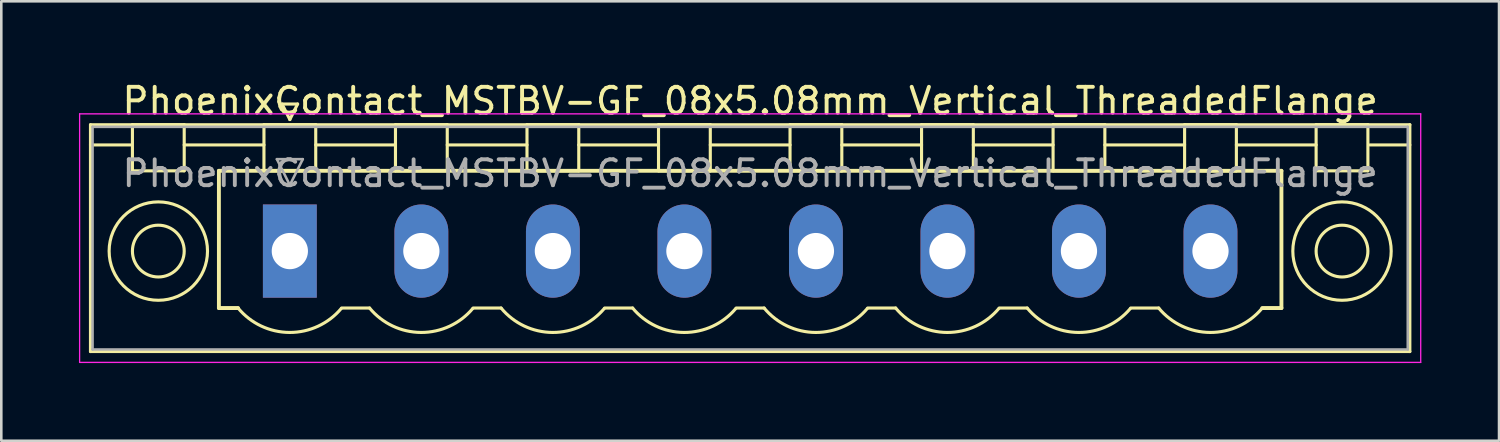
<source format=kicad_pcb>
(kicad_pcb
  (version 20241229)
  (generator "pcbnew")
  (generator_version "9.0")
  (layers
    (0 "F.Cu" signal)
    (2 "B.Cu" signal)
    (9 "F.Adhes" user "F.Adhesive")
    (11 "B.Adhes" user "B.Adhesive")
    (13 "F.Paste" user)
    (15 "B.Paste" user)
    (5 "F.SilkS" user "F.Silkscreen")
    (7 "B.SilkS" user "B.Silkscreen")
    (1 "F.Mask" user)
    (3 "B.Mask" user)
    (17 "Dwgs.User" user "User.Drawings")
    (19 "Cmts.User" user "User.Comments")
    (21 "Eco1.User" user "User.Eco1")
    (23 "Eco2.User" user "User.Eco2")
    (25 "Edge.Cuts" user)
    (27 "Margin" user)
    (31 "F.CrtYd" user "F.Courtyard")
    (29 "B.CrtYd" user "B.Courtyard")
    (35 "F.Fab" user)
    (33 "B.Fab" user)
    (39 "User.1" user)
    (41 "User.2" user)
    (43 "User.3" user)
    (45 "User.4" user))
  (footprint "PhoenixContact_MSTBV-GF_08x5.08mm_Vertical_ThreadedFlange"
    (layer "F.Cu")
    (at 8.145 6.648)
    (property "Reference" "PhoenixContact_MSTBV-GF_08x5.08mm_Vertical_ThreadedFlange" (at 17.78 -5.8 0) (layer "F.SilkS") (effects (font (size 1 1) (thickness 0.15))))
    (attr through_hole)
    (fp_line (start -7.7 -4.88) (end -7.7 3.88) (stroke (width 0.12) (type solid)) (layer "F.SilkS"))
    (fp_line (start -7.7 -4.1) (end -6.16 -4.1) (stroke (width 0.12) (type solid)) (layer "F.SilkS"))
    (fp_line (start -7.7 3.88) (end 43.26 3.88) (stroke (width 0.12) (type solid)) (layer "F.SilkS"))
    (fp_line (start -6.08 -4.88) (end -4.08 -4.88) (stroke (width 0.12) (type solid)) (layer "F.SilkS"))
    (fp_line (start -6.08 -3.1) (end -6.08 -4.88) (stroke (width 0.12) (type solid)) (layer "F.SilkS"))
    (fp_line (start -4.08 -4.88) (end -4.08 -3.1) (stroke (width 0.12) (type solid)) (layer "F.SilkS"))
    (fp_line (start -4.08 -4.1) (end -1 -4.1) (stroke (width 0.12) (type solid)) (layer "F.SilkS"))
    (fp_line (start -4.08 -3.1) (end -6.08 -3.1) (stroke (width 0.12) (type solid)) (layer "F.SilkS"))
    (fp_line (start -2.74 -3.1) (end 38.3 -3.1) (stroke (width 0.15) (type solid)) (layer "F.SilkS"))
    (fp_line (start -2.74 2.2) (end -2.74 -3.1) (stroke (width 0.15) (type solid)) (layer "F.SilkS"))
    (fp_line (start -2 2.2) (end -2.74 2.2) (stroke (width 0.15) (type solid)) (layer "F.SilkS"))
    (fp_line (start -1 -4.88) (end 1 -4.88) (stroke (width 0.12) (type solid)) (layer "F.SilkS"))
    (fp_line (start -1 -3.1) (end -1 -4.88) (stroke (width 0.12) (type solid)) (layer "F.SilkS"))
    (fp_line (start -0.3 -5.68) (end 0.3 -5.68) (stroke (width 0.12) (type solid)) (layer "F.SilkS"))
    (fp_line (start 0 -5.08) (end -0.3 -5.68) (stroke (width 0.12) (type solid)) (layer "F.SilkS"))
    (fp_line (start 0.3 -5.68) (end 0 -5.08) (stroke (width 0.12) (type solid)) (layer "F.SilkS"))
    (fp_line (start 1 -4.88) (end 1 -3.1) (stroke (width 0.12) (type solid)) (layer "F.SilkS"))
    (fp_line (start 1 -4.1) (end 4.08 -4.1) (stroke (width 0.12) (type solid)) (layer "F.SilkS"))
    (fp_line (start 1 -3.1) (end -1 -3.1) (stroke (width 0.12) (type solid)) (layer "F.SilkS"))
    (fp_line (start 2 2.2) (end 3.08 2.2) (stroke (width 0.12) (type solid)) (layer "F.SilkS"))
    (fp_line (start 4.08 -4.88) (end 6.08 -4.88) (stroke (width 0.12) (type solid)) (layer "F.SilkS"))
    (fp_line (start 4.08 -3.1) (end 4.08 -4.88) (stroke (width 0.12) (type solid)) (layer "F.SilkS"))
    (fp_line (start 6.08 -4.88) (end 6.08 -3.1) (stroke (width 0.12) (type solid)) (layer "F.SilkS"))
    (fp_line (start 6.08 -4.1) (end 9.16 -4.1) (stroke (width 0.12) (type solid)) (layer "F.SilkS"))
    (fp_line (start 6.08 -3.1) (end 4.08 -3.1) (stroke (width 0.12) (type solid)) (layer "F.SilkS"))
    (fp_line (start 7.08 2.2) (end 8.16 2.2) (stroke (width 0.12) (type solid)) (layer "F.SilkS"))
    (fp_line (start 9.16 -4.88) (end 11.16 -4.88) (stroke (width 0.12) (type solid)) (layer "F.SilkS"))
    (fp_line (start 9.16 -3.1) (end 9.16 -4.88) (stroke (width 0.12) (type solid)) (layer "F.SilkS"))
    (fp_line (start 11.16 -4.88) (end 11.16 -3.1) (stroke (width 0.12) (type solid)) (layer "F.SilkS"))
    (fp_line (start 11.16 -4.1) (end 14.24 -4.1) (stroke (width 0.12) (type solid)) (layer "F.SilkS"))
    (fp_line (start 11.16 -3.1) (end 9.16 -3.1) (stroke (width 0.12) (type solid)) (layer "F.SilkS"))
    (fp_line (start 12.16 2.2) (end 13.24 2.2) (stroke (width 0.12) (type solid)) (layer "F.SilkS"))
    (fp_line (start 14.24 -4.88) (end 16.24 -4.88) (stroke (width 0.12) (type solid)) (layer "F.SilkS"))
    (fp_line (start 14.24 -3.1) (end 14.24 -4.88) (stroke (width 0.12) (type solid)) (layer "F.SilkS"))
    (fp_line (start 16.24 -4.88) (end 16.24 -3.1) (stroke (width 0.12) (type solid)) (layer "F.SilkS"))
    (fp_line (start 16.24 -4.1) (end 19.32 -4.1) (stroke (width 0.12) (type solid)) (layer "F.SilkS"))
    (fp_line (start 16.24 -3.1) (end 14.24 -3.1) (stroke (width 0.12) (type solid)) (layer "F.SilkS"))
    (fp_line (start 17.24 2.2) (end 18.32 2.2) (stroke (width 0.12) (type solid)) (layer "F.SilkS"))
    (fp_line (start 19.32 -4.88) (end 21.32 -4.88) (stroke (width 0.12) (type solid)) (layer "F.SilkS"))
    (fp_line (start 19.32 -3.1) (end 19.32 -4.88) (stroke (width 0.12) (type solid)) (layer "F.SilkS"))
    (fp_line (start 21.32 -4.88) (end 21.32 -3.1) (stroke (width 0.12) (type solid)) (layer "F.SilkS"))
    (fp_line (start 21.32 -4.1) (end 24.4 -4.1) (stroke (width 0.12) (type solid)) (layer "F.SilkS"))
    (fp_line (start 21.32 -3.1) (end 19.32 -3.1) (stroke (width 0.12) (type solid)) (layer "F.SilkS"))
    (fp_line (start 22.32 2.2) (end 23.4 2.2) (stroke (width 0.12) (type solid)) (layer "F.SilkS"))
    (fp_line (start 24.4 -4.88) (end 26.4 -4.88) (stroke (width 0.12) (type solid)) (layer "F.SilkS"))
    (fp_line (start 24.4 -3.1) (end 24.4 -4.88) (stroke (width 0.12) (type solid)) (layer "F.SilkS"))
    (fp_line (start 26.4 -4.88) (end 26.4 -3.1) (stroke (width 0.12) (type solid)) (layer "F.SilkS"))
    (fp_line (start 26.4 -4.1) (end 29.48 -4.1) (stroke (width 0.12) (type solid)) (layer "F.SilkS"))
    (fp_line (start 26.4 -3.1) (end 24.4 -3.1) (stroke (width 0.12) (type solid)) (layer "F.SilkS"))
    (fp_line (start 27.4 2.2) (end 28.48 2.2) (stroke (width 0.12) (type solid)) (layer "F.SilkS"))
    (fp_line (start 29.48 -4.88) (end 31.48 -4.88) (stroke (width 0.12) (type solid)) (layer "F.SilkS"))
    (fp_line (start 29.48 -3.1) (end 29.48 -4.88) (stroke (width 0.12) (type solid)) (layer "F.SilkS"))
    (fp_line (start 31.48 -4.88) (end 31.48 -3.1) (stroke (width 0.12) (type solid)) (layer "F.SilkS"))
    (fp_line (start 31.48 -4.1) (end 34.56 -4.1) (stroke (width 0.12) (type solid)) (layer "F.SilkS"))
    (fp_line (start 31.48 -3.1) (end 29.48 -3.1) (stroke (width 0.12) (type solid)) (layer "F.SilkS"))
    (fp_line (start 32.48 2.2) (end 33.56 2.2) (stroke (width 0.12) (type solid)) (layer "F.SilkS"))
    (fp_line (start 34.56 -4.88) (end 36.56 -4.88) (stroke (width 0.12) (type solid)) (layer "F.SilkS"))
    (fp_line (start 34.56 -3.1) (end 34.56 -4.88) (stroke (width 0.12) (type solid)) (layer "F.SilkS"))
    (fp_line (start 36.56 -4.88) (end 36.56 -3.1) (stroke (width 0.12) (type solid)) (layer "F.SilkS"))
    (fp_line (start 36.56 -4.1) (end 39.64 -4.1) (stroke (width 0.12) (type solid)) (layer "F.SilkS"))
    (fp_line (start 36.56 -3.1) (end 34.56 -3.1) (stroke (width 0.12) (type solid)) (layer "F.SilkS"))
    (fp_line (start 38.3 -3.1) (end 38.3 2.2) (stroke (width 0.15) (type solid)) (layer "F.SilkS"))
    (fp_line (start 38.3 2.2) (end 37.56 2.2) (stroke (width 0.15) (type solid)) (layer "F.SilkS"))
    (fp_line (start 39.64 -4.88) (end 41.64 -4.88) (stroke (width 0.12) (type solid)) (layer "F.SilkS"))
    (fp_line (start 39.64 -3.1) (end 39.64 -4.88) (stroke (width 0.12) (type solid)) (layer "F.SilkS"))
    (fp_line (start 41.64 -4.88) (end 41.64 -3.1) (stroke (width 0.12) (type solid)) (layer "F.SilkS"))
    (fp_line (start 41.64 -3.1) (end 39.64 -3.1) (stroke (width 0.12) (type solid)) (layer "F.SilkS"))
    (fp_line (start 43.26 -4.88) (end -7.7 -4.88) (stroke (width 0.12) (type solid)) (layer "F.SilkS"))
    (fp_line (start 43.26 -4.1) (end 41.72 -4.1) (stroke (width 0.12) (type solid)) (layer "F.SilkS"))
    (fp_line (start 43.26 3.88) (end 43.26 -4.88) (stroke (width 0.12) (type solid)) (layer "F.SilkS"))
    (fp_arc (start 1.986842 2.215821) (mid -0.010289 3.142758) (end -2 2.2) (stroke (width 0.12) (type solid)) (layer "F.SilkS"))
    (fp_arc (start 7.066842 2.215821) (mid 5.069711 3.142758) (end 3.08 2.2) (stroke (width 0.12) (type solid)) (layer "F.SilkS"))
    (fp_arc (start 12.146842 2.215821) (mid 10.149711 3.142758) (end 8.16 2.2) (stroke (width 0.12) (type solid)) (layer "F.SilkS"))
    (fp_arc (start 17.226842 2.215821) (mid 15.229711 3.142758) (end 13.24 2.2) (stroke (width 0.12) (type solid)) (layer "F.SilkS"))
    (fp_arc (start 22.306842 2.215821) (mid 20.309711 3.142758) (end 18.32 2.2) (stroke (width 0.12) (type solid)) (layer "F.SilkS"))
    (fp_arc (start 27.386842 2.215821) (mid 25.389711 3.142758) (end 23.4 2.2) (stroke (width 0.12) (type solid)) (layer "F.SilkS"))
    (fp_arc (start 32.466842 2.215821) (mid 30.469711 3.142758) (end 28.48 2.2) (stroke (width 0.12) (type solid)) (layer "F.SilkS"))
    (fp_arc (start 37.546842 2.215821) (mid 35.549711 3.142758) (end 33.56 2.2) (stroke (width 0.12) (type solid)) (layer "F.SilkS"))
    (fp_circle (center -5.08 0) (end -4.08 0) (stroke (width 0.12) (type solid)) (fill no) (layer "F.SilkS"))
    (fp_circle (center -5.08 0) (end -3.18 0) (stroke (width 0.12) (type solid)) (fill no) (layer "F.SilkS"))
    (fp_circle (center 40.64 0) (end 41.64 0) (stroke (width 0.12) (type solid)) (fill no) (layer "F.SilkS"))
    (fp_circle (center 40.64 0) (end 42.54 0) (stroke (width 0.12) (type solid)) (fill no) (layer "F.SilkS"))
    (fp_line (start -8.12 -5.3) (end -8.12 4.3) (stroke (width 0.05) (type solid)) (layer "F.CrtYd"))
    (fp_line (start -8.12 4.3) (end 43.68 4.3) (stroke (width 0.05) (type solid)) (layer "F.CrtYd"))
    (fp_line (start 43.68 -5.3) (end -8.12 -5.3) (stroke (width 0.05) (type solid)) (layer "F.CrtYd"))
    (fp_line (start 43.68 4.3) (end 43.68 -5.3) (stroke (width 0.05) (type solid)) (layer "F.CrtYd"))
    (fp_line (start -7.62 -4.8) (end -7.62 3.8) (stroke (width 0.1) (type solid)) (layer "F.Fab"))
    (fp_line (start -7.62 3.8) (end 43.18 3.8) (stroke (width 0.1) (type solid)) (layer "F.Fab"))
    (fp_line (start -0.5 -3.55) (end 0.5 -3.55) (stroke (width 0.1) (type solid)) (layer "F.Fab"))
    (fp_line (start 0 -2.55) (end -0.5 -3.55) (stroke (width 0.1) (type solid)) (layer "F.Fab"))
    (fp_line (start 0.5 -3.55) (end 0 -2.55) (stroke (width 0.1) (type solid)) (layer "F.Fab"))
    (fp_line (start 43.18 -4.8) (end -7.62 -4.8) (stroke (width 0.1) (type solid)) (layer "F.Fab"))
    (fp_line (start 43.18 3.8) (end 43.18 -4.8) (stroke (width 0.1) (type solid)) (layer "F.Fab"))
    (fp_text user "${REFERENCE}" (at 17.78 -3 0) (layer "F.Fab") (effects (font (size 1 1) (thickness 0.15))))
    (pad "1" thru_hole rect (at 0 0) (size 2.08 3.6) (drill 1.4) (layers "*.Cu" "*.Mask"))
    (pad "2" thru_hole oval (at 5.08 0) (size 2.08 3.6) (drill 1.4) (layers "*.Cu" "*.Mask"))
    (pad "3" thru_hole oval (at 10.16 0) (size 2.08 3.6) (drill 1.4) (layers "*.Cu" "*.Mask"))
    (pad "4" thru_hole oval (at 15.24 0) (size 2.08 3.6) (drill 1.4) (layers "*.Cu" "*.Mask"))
    (pad "5" thru_hole oval (at 20.32 0) (size 2.08 3.6) (drill 1.4) (layers "*.Cu" "*.Mask"))
    (pad "6" thru_hole oval (at 25.4 0) (size 2.08 3.6) (drill 1.4) (layers "*.Cu" "*.Mask"))
    (pad "7" thru_hole oval (at 30.48 0) (size 2.08 3.6) (drill 1.4) (layers "*.Cu" "*.Mask"))
    (pad "8" thru_hole oval (at 35.56 0) (size 2.08 3.6) (drill 1.4) (layers "*.Cu" "*.Mask")))
  (gr_rect
    (start -3 -3)
    (end 54.85 13.973)
    (stroke (width 0.1) (type default))
    (fill no)
    (layer "Edge.Cuts")))
</source>
